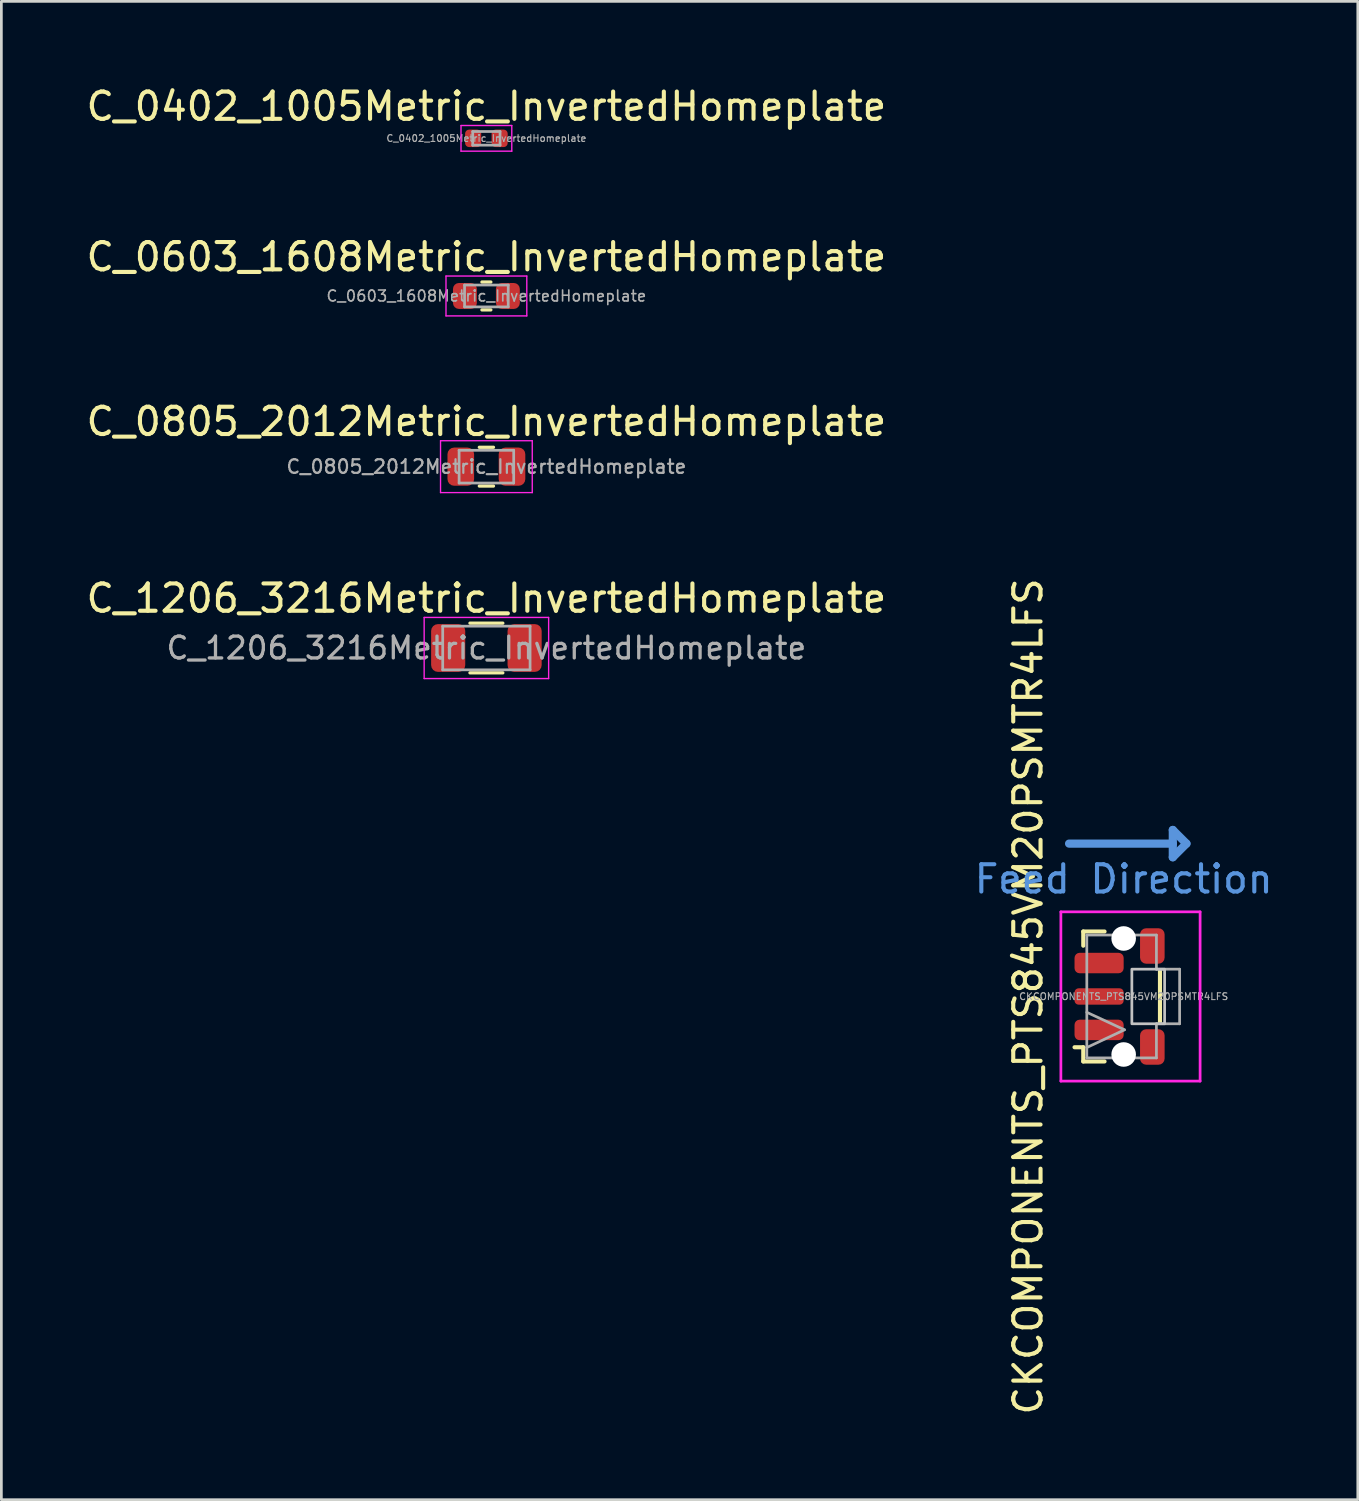
<source format=kicad_pcb>
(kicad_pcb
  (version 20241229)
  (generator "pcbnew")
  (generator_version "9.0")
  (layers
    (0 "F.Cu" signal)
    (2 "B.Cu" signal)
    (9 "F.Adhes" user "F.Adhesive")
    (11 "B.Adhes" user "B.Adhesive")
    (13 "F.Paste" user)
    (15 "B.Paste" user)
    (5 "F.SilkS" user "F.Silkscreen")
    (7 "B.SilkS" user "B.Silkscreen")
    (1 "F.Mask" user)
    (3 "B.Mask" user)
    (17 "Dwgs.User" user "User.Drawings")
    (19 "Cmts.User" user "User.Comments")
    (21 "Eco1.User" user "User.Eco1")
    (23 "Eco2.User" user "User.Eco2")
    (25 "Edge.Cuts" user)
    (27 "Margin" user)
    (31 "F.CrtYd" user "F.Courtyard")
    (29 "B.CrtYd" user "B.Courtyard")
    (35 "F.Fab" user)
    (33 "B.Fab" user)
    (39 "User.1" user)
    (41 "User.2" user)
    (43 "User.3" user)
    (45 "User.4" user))
  (footprint "C_0603_1608Metric_InvertedHomeplate"
    (layer "F.Cu")
    (at 14.768 7.792)
    (property "Reference" "C_0603_1608Metric_InvertedHomeplate" (at 0 -1.43 0) (layer "F.SilkS") (effects (font (size 1 1) (thickness 0.15))))
    (attr smd)
    (fp_line (start -0.163 -0.51) (end 0.163 -0.51) (stroke (width 0.12) (type solid)) (layer "F.SilkS"))
    (fp_line (start -0.163 0.51) (end 0.163 0.51) (stroke (width 0.12) (type solid)) (layer "F.SilkS"))
    (fp_line (start -1.48 -0.73) (end 1.48 -0.73) (stroke (width 0.05) (type solid)) (layer "F.CrtYd"))
    (fp_line (start -1.48 0.73) (end -1.48 -0.73) (stroke (width 0.05) (type solid)) (layer "F.CrtYd"))
    (fp_line (start 1.48 -0.73) (end 1.48 0.73) (stroke (width 0.05) (type solid)) (layer "F.CrtYd"))
    (fp_line (start 1.48 0.73) (end -1.48 0.73) (stroke (width 0.05) (type solid)) (layer "F.CrtYd"))
    (fp_line (start -0.8 -0.4) (end 0.8 -0.4) (stroke (width 0.1) (type solid)) (layer "F.Fab"))
    (fp_line (start -0.8 0.4) (end -0.8 -0.4) (stroke (width 0.1) (type solid)) (layer "F.Fab"))
    (fp_line (start 0.8 -0.4) (end 0.8 0.4) (stroke (width 0.1) (type solid)) (layer "F.Fab"))
    (fp_line (start 0.8 0.4) (end -0.8 0.4) (stroke (width 0.1) (type solid)) (layer "F.Fab"))
    (fp_text user "${REFERENCE}" (at 0 0 0) (layer "F.Fab") (effects (font (size 0.4 0.4) (thickness 0.06))))
    (pad "" smd custom (at -0.787 0) (size 0.1 0.1) (layers "F.Paste") (options (anchor rect)) (primitives (gr_poly (pts (xy 0.146 0) (xy 0.361 0.35) (xy 0.219 0.475) (xy -0.219 0.475) (xy -0.438 0.256) (xy -0.438 -0.256) (xy -0.219 -0.475) (xy 0.219 -0.475) (xy 0.361 -0.35)) (width 0) (fill yes)) (gr_arc (start 0.2188 -0.4109) (mid 0.264546 -0.403982) (end 0.3062 -0.383845) (width 0.1281)) (gr_arc (start 0.306144 0.383863) (mid 0.264517 0.403986) (end 0.2188 0.4109) (width 0.1281)) (gr_arc (start -0.3734 -0.2562) (mid -0.328089 -0.365589) (end -0.2187 -0.4109) (width 0.1281)) (gr_arc (start -0.2187 0.4109) (mid -0.328019 0.365619) (end -0.3733 0.2563) (width 0.1281))))
    (pad "" smd custom (at 0.787 0 180) (size 0.1 0.1) (layers "F.Paste") (options (anchor rect)) (primitives (gr_poly (pts (xy 0.146 0) (xy 0.361 0.35) (xy 0.219 0.475) (xy -0.219 0.475) (xy -0.438 0.256) (xy -0.438 -0.256) (xy -0.219 -0.475) (xy 0.219 -0.475) (xy 0.361 -0.35)) (width 0) (fill yes)) (gr_arc (start 0.2188 -0.4109) (mid 0.264546 -0.403982) (end 0.3062 -0.383845) (width 0.1281)) (gr_arc (start 0.306144 0.383863) (mid 0.264517 0.403986) (end 0.2188 0.4109) (width 0.1281)) (gr_arc (start -0.3734 -0.2562) (mid -0.328089 -0.365589) (end -0.2187 -0.4109) (width 0.1281)) (gr_arc (start -0.2187 0.4109) (mid -0.328019 0.365619) (end -0.3733 0.2563) (width 0.1281))))
    (pad "1" smd roundrect (at -0.787 0) (size 0.875 0.95) (layers "F.Cu" "F.Mask") (roundrect_rratio 0.25))
    (pad "2" smd roundrect (at 0.787 0) (size 0.875 0.95) (layers "F.Cu" "F.Mask") (roundrect_rratio 0.25)))
  (footprint "CKCOMPONENTS_PTS845VM20PSMTR4LFS"
    (layer "F.Cu")
    (at 38.113 33.454)
    (property "Reference" "CKCOMPONENTS_PTS845VM20PSMTR4LFS" (at -3.5 0 90) (layer "F.SilkS") (effects (font (size 1 1) (thickness 0.15))))
    (attr smd)
    (fp_line (start -1.48 -2.38) (end -1.48 -1.86) (stroke (width 0.15) (type solid)) (layer "F.SilkS"))
    (fp_line (start -1.48 1.86) (end -1.8 1.86) (stroke (width 0.15) (type solid)) (layer "F.SilkS"))
    (fp_line (start -1.48 2.38) (end -1.48 1.86) (stroke (width 0.15) (type solid)) (layer "F.SilkS"))
    (fp_line (start -0.7 -2.38) (end -1.48 -2.38) (stroke (width 0.15) (type solid)) (layer "F.SilkS"))
    (fp_line (start -0.7 2.38) (end -1.48 2.38) (stroke (width 0.15) (type solid)) (layer "F.SilkS"))
    (fp_line (start 1.33 0.95) (end 1.33 -0.95) (stroke (width 0.15) (type solid)) (layer "F.SilkS"))
    (fp_poly (pts (xy 1.5 -1) (xy 1.5 1) (xy 0.3 1) (xy 0.3 -1)) (stroke (width 0.1) (type solid)) (fill no) (layer "Dwgs.User"))
    (fp_line (start -2 -5.6) (end 1.8 -5.6) (stroke (width 0.3) (type solid)) (layer "Cmts.User"))
    (fp_line (start 1.8 -6.1) (end 1.8 -5.1) (stroke (width 0.3) (type solid)) (layer "Cmts.User"))
    (fp_line (start 2.3 -5.6) (end 1.8 -6.1) (stroke (width 0.3) (type solid)) (layer "Cmts.User"))
    (fp_line (start 2.3 -5.6) (end 1.8 -5.1) (stroke (width 0.3) (type solid)) (layer "Cmts.User"))
    (fp_line (start -2.3 -3.1) (end 2.8 -3.1) (stroke (width 0.1) (type solid)) (layer "F.CrtYd"))
    (fp_line (start -2.3 3.1) (end -2.3 -3.1) (stroke (width 0.1) (type solid)) (layer "F.CrtYd"))
    (fp_line (start 2.8 -3.1) (end 2.8 3.1) (stroke (width 0.1) (type solid)) (layer "F.CrtYd"))
    (fp_line (start 2.8 3.1) (end -2.3 3.1) (stroke (width 0.1) (type solid)) (layer "F.CrtYd"))
    (fp_line (start -1.35 -2.25) (end 1.2 -2.25) (stroke (width 0.1) (type solid)) (layer "F.Fab"))
    (fp_line (start -1.35 1.87) (end 0.03 1.22) (stroke (width 0.1) (type solid)) (layer "F.Fab"))
    (fp_line (start -1.35 2.25) (end -1.35 -2.25) (stroke (width 0.1) (type solid)) (layer "F.Fab"))
    (fp_line (start 0.03 1.22) (end -1.35 0.58) (stroke (width 0.1) (type solid)) (layer "F.Fab"))
    (fp_line (start 1.2 -1) (end 1.2 -2.25) (stroke (width 0.1) (type solid)) (layer "F.Fab"))
    (fp_line (start 1.2 -1) (end 2.05 -1) (stroke (width 0.1) (type solid)) (layer "F.Fab"))
    (fp_line (start 1.2 1) (end 2.05 1) (stroke (width 0.1) (type solid)) (layer "F.Fab"))
    (fp_line (start 1.2 2.25) (end -1.35 2.25) (stroke (width 0.1) (type solid)) (layer "F.Fab"))
    (fp_line (start 1.2 2.25) (end 1.2 1) (stroke (width 0.1) (type solid)) (layer "F.Fab"))
    (fp_line (start 2.05 1) (end 2.05 -1) (stroke (width 0.1) (type solid)) (layer "F.Fab"))
    (fp_text user "Feed Direction" (at 0 -4.3 0) (layer "Cmts.User") (effects (font (size 1 1) (thickness 0.15))))
    (fp_text user "${REFERENCE}" (at 0 0 0) (layer "F.Fab") (effects (font (size 0.25 0.25) (thickness 0.04))))
    (pad "" np_thru_hole circle (at 0 -2.125 90) (size 0.9 0.9) (drill 0.9) (layers "*.Cu" "*.Mask"))
    (pad "" np_thru_hole circle (at 0 2.125 90) (size 0.9 0.9) (drill 0.9) (layers "*.Cu" "*.Mask"))
    (pad "1" smd roundrect (at -0.9 1.225 90) (size 0.75 1.8) (layers "F.Cu" "F.Mask" "F.Paste") (roundrect_rratio 0.25))
    (pad "2" smd roundrect (at -0.9 0 90) (size 0.6 1.8) (layers "F.Cu" "F.Mask" "F.Paste") (roundrect_rratio 0.25))
    (pad "3" smd roundrect (at -0.9 -1.225 90) (size 0.75 1.8) (layers "F.Cu" "F.Mask" "F.Paste") (roundrect_rratio 0.25))
    (pad "MP" smd roundrect (at 1.05 -1.85 90) (size 1.3 0.9) (layers "F.Cu" "F.Mask" "F.Paste") (roundrect_rratio 0.25))
    (pad "MP" smd roundrect (at 1.05 1.85 90) (size 1.3 0.9) (layers "F.Cu" "F.Mask" "F.Paste") (roundrect_rratio 0.25)))
  (footprint "C_1206_3216Metric_InvertedHomeplate"
    (layer "F.Cu")
    (at 14.768 20.688)
    (property "Reference" "C_1206_3216Metric_InvertedHomeplate" (at 0 -1.82 0) (layer "F.SilkS") (effects (font (size 1 1) (thickness 0.15))))
    (attr smd)
    (fp_line (start -0.602 -0.91) (end 0.602 -0.91) (stroke (width 0.12) (type solid)) (layer "F.SilkS"))
    (fp_line (start -0.602 0.91) (end 0.602 0.91) (stroke (width 0.12) (type solid)) (layer "F.SilkS"))
    (fp_line (start -2.28 -1.12) (end 2.28 -1.12) (stroke (width 0.05) (type solid)) (layer "F.CrtYd"))
    (fp_line (start -2.28 1.12) (end -2.28 -1.12) (stroke (width 0.05) (type solid)) (layer "F.CrtYd"))
    (fp_line (start 2.28 -1.12) (end 2.28 1.12) (stroke (width 0.05) (type solid)) (layer "F.CrtYd"))
    (fp_line (start 2.28 1.12) (end -2.28 1.12) (stroke (width 0.05) (type solid)) (layer "F.CrtYd"))
    (fp_line (start -1.6 -0.8) (end 1.6 -0.8) (stroke (width 0.1) (type solid)) (layer "F.Fab"))
    (fp_line (start -1.6 0.8) (end -1.6 -0.8) (stroke (width 0.1) (type solid)) (layer "F.Fab"))
    (fp_line (start 1.6 -0.8) (end 1.6 0.8) (stroke (width 0.1) (type solid)) (layer "F.Fab"))
    (fp_line (start 1.6 0.8) (end -1.6 0.8) (stroke (width 0.1) (type solid)) (layer "F.Fab"))
    (fp_text user "${REFERENCE}" (at 0 0 0) (layer "F.Fab") (effects (font (size 0.8 0.8) (thickness 0.12))))
    (pad "" smd custom (at -1.4 0) (size 0.1 0.1) (layers "F.Paste") (options (anchor rect)) (primitives (gr_poly (pts (xy 0.208 0) (xy 0.555 0.729) (xy 0.375 0.875) (xy -0.375 0.875) (xy -0.625 0.625) (xy -0.625 -0.625) (xy -0.375 -0.875) (xy 0.375 -0.875) (xy 0.555 -0.729)) (width 0) (fill yes)) (gr_arc (start 0.375 -0.8018) (mid 0.435759 -0.791032) (end 0.489117 -0.760039) (width 0.1465)) (gr_arc (start 0.489117 0.760039) (mid 0.435759 0.791032) (end 0.375 0.8018) (width 0.1465)) (gr_arc (start -0.5518 -0.625) (mid -0.500016 -0.750016) (end -0.375 -0.8018) (width 0.1465)) (gr_arc (start -0.375 0.8018) (mid -0.500016 0.750016) (end -0.5518 0.625) (width 0.1465))))
    (pad "" smd custom (at 1.4 0 180) (size 0.1 0.1) (layers "F.Paste") (options (anchor rect)) (primitives (gr_poly (pts (xy 0.208 0) (xy 0.555 0.729) (xy 0.375 0.875) (xy -0.375 0.875) (xy -0.625 0.625) (xy -0.625 -0.625) (xy -0.375 -0.875) (xy 0.375 -0.875) (xy 0.555 -0.729)) (width 0) (fill yes)) (gr_arc (start 0.375 -0.8018) (mid 0.435759 -0.791032) (end 0.489117 -0.760039) (width 0.1465)) (gr_arc (start 0.489117 0.760039) (mid 0.435759 0.791032) (end 0.375 0.8018) (width 0.1465)) (gr_arc (start -0.5518 -0.625) (mid -0.500016 -0.750016) (end -0.375 -0.8018) (width 0.1465)) (gr_arc (start -0.375 0.8018) (mid -0.500016 0.750016) (end -0.5518 0.625) (width 0.1465))))
    (pad "1" smd roundrect (at -1.4 0) (size 1.25 1.75) (layers "F.Cu" "F.Mask") (roundrect_rratio 0.2))
    (pad "2" smd roundrect (at 1.4 0) (size 1.25 1.75) (layers "F.Cu" "F.Mask") (roundrect_rratio 0.2)))
  (footprint "C_0402_1005Metric_InvertedHomeplate"
    (layer "F.Cu")
    (at 14.768 2.018)
    (property "Reference" "C_0402_1005Metric_InvertedHomeplate" (at 0 -1.17 0) (layer "F.SilkS") (effects (font (size 1 1) (thickness 0.15))))
    (attr smd)
    (fp_line (start -0.93 -0.47) (end 0.93 -0.47) (stroke (width 0.05) (type solid)) (layer "F.CrtYd"))
    (fp_line (start -0.93 0.47) (end -0.93 -0.47) (stroke (width 0.05) (type solid)) (layer "F.CrtYd"))
    (fp_line (start 0.93 -0.47) (end 0.93 0.47) (stroke (width 0.05) (type solid)) (layer "F.CrtYd"))
    (fp_line (start 0.93 0.47) (end -0.93 0.47) (stroke (width 0.05) (type solid)) (layer "F.CrtYd"))
    (fp_line (start -0.5 -0.25) (end 0.5 -0.25) (stroke (width 0.1) (type solid)) (layer "F.Fab"))
    (fp_line (start -0.5 0.25) (end -0.5 -0.25) (stroke (width 0.1) (type solid)) (layer "F.Fab"))
    (fp_line (start 0.5 -0.25) (end 0.5 0.25) (stroke (width 0.1) (type solid)) (layer "F.Fab"))
    (fp_line (start 0.5 0.25) (end -0.5 0.25) (stroke (width 0.1) (type solid)) (layer "F.Fab"))
    (fp_text user "${REFERENCE}" (at 0 0 0) (layer "F.Fab") (effects (font (size 0.25 0.25) (thickness 0.04))))
    (pad "" smd custom (at -0.485 0) (size 0.1 0.1) (layers "F.Paste") (options (anchor rect)) (primitives (gr_poly (pts (xy 0.098 0) (xy 0.243 0.236) (xy 0.147 0.32) (xy -0.147 0.32) (xy -0.295 0.172) (xy -0.295 -0.172) (xy -0.147 -0.32) (xy 0.147 -0.32) (xy 0.243 -0.236)) (width 0) (fill yes)) (gr_arc (start 0.1475 -0.2768) (mid 0.178342 -0.272136) (end 0.206426 -0.258559) (width 0.0864)) (gr_arc (start 0.206426 0.258559) (mid 0.178342 0.272135) (end 0.1475 0.2768) (width 0.0864)) (gr_arc (start -0.2518 -0.1725) (mid -0.221251 -0.246251) (end -0.1475 -0.2768) (width 0.0864)) (gr_arc (start -0.1475 0.2768) (mid -0.221251 0.246251) (end -0.2518 0.1725) (width 0.0864))))
    (pad "" smd custom (at 0.485 0 180) (size 0.1 0.1) (layers "F.Paste") (options (anchor rect)) (primitives (gr_poly (pts (xy 0.098 0) (xy 0.243 0.236) (xy 0.147 0.32) (xy -0.147 0.32) (xy -0.295 0.172) (xy -0.295 -0.172) (xy -0.147 -0.32) (xy 0.147 -0.32) (xy 0.243 -0.236)) (width 0) (fill yes)) (gr_arc (start 0.1475 -0.2768) (mid 0.178342 -0.272136) (end 0.206426 -0.258559) (width 0.0864)) (gr_arc (start 0.206426 0.258559) (mid 0.178342 0.272135) (end 0.1475 0.2768) (width 0.0864)) (gr_arc (start -0.2518 -0.1725) (mid -0.221251 -0.246251) (end -0.1475 -0.2768) (width 0.0864)) (gr_arc (start -0.1475 0.2768) (mid -0.221251 0.246251) (end -0.2518 0.1725) (width 0.0864))))
    (pad "1" smd roundrect (at -0.485 0) (size 0.59 0.64) (layers "F.Cu" "F.Mask") (roundrect_rratio 0.25))
    (pad "2" smd roundrect (at 0.485 0) (size 0.59 0.64) (layers "F.Cu" "F.Mask") (roundrect_rratio 0.25)))
  (footprint "C_0805_2012Metric_InvertedHomeplate"
    (layer "F.Cu")
    (at 14.768 14.045)
    (property "Reference" "C_0805_2012Metric_InvertedHomeplate" (at 0 -1.65 0) (layer "F.SilkS") (effects (font (size 1 1) (thickness 0.15))))
    (attr smd)
    (fp_line (start -0.259 -0.71) (end 0.259 -0.71) (stroke (width 0.12) (type solid)) (layer "F.SilkS"))
    (fp_line (start -0.259 0.71) (end 0.259 0.71) (stroke (width 0.12) (type solid)) (layer "F.SilkS"))
    (fp_line (start -1.68 -0.95) (end 1.68 -0.95) (stroke (width 0.05) (type solid)) (layer "F.CrtYd"))
    (fp_line (start -1.68 0.95) (end -1.68 -0.95) (stroke (width 0.05) (type solid)) (layer "F.CrtYd"))
    (fp_line (start 1.68 -0.95) (end 1.68 0.95) (stroke (width 0.05) (type solid)) (layer "F.CrtYd"))
    (fp_line (start 1.68 0.95) (end -1.68 0.95) (stroke (width 0.05) (type solid)) (layer "F.CrtYd"))
    (fp_line (start -1 -0.6) (end 1 -0.6) (stroke (width 0.1) (type solid)) (layer "F.Fab"))
    (fp_line (start -1 0.6) (end -1 -0.6) (stroke (width 0.1) (type solid)) (layer "F.Fab"))
    (fp_line (start 1 -0.6) (end 1 0.6) (stroke (width 0.1) (type solid)) (layer "F.Fab"))
    (fp_line (start 1 0.6) (end -1 0.6) (stroke (width 0.1) (type solid)) (layer "F.Fab"))
    (fp_text user "${REFERENCE}" (at 0 0 0) (layer "F.Fab") (effects (font (size 0.5 0.5) (thickness 0.08))))
    (pad "" smd custom (at -0.938 0) (size 0.1 0.1) (layers "F.Paste") (options (anchor rect)) (primitives (gr_poly (pts (xy 0.163 0) (xy 0.421 0.557) (xy 0.244 0.7) (xy -0.244 0.7) (xy -0.487 0.456) (xy -0.487 -0.456) (xy -0.244 -0.7) (xy 0.244 -0.7) (xy 0.421 -0.557)) (width 0) (fill yes)) (gr_arc (start 0.2438 -0.6286) (mid 0.303753 -0.61784) (end 0.356222 -0.586902) (width 0.1428)) (gr_arc (start 0.356157 0.586927) (mid 0.303718 0.617847) (end 0.2438 0.6286) (width 0.1428)) (gr_arc (start -0.4161 -0.4562) (mid -0.365605 -0.578105) (end -0.2437 -0.6286) (width 0.1428)) (gr_arc (start -0.2437 0.6286) (mid -0.365534 0.578134) (end -0.416 0.4563) (width 0.1428))))
    (pad "" smd custom (at 0.938 0 180) (size 0.1 0.1) (layers "F.Paste") (options (anchor rect)) (primitives (gr_poly (pts (xy 0.163 0) (xy 0.421 0.557) (xy 0.244 0.7) (xy -0.244 0.7) (xy -0.487 0.456) (xy -0.487 -0.456) (xy -0.244 -0.7) (xy 0.244 -0.7) (xy 0.421 -0.557)) (width 0) (fill yes)) (gr_arc (start 0.2438 -0.6286) (mid 0.303753 -0.61784) (end 0.356222 -0.586902) (width 0.1428)) (gr_arc (start 0.356157 0.586927) (mid 0.303718 0.617847) (end 0.2438 0.6286) (width 0.1428)) (gr_arc (start -0.4161 -0.4562) (mid -0.365605 -0.578105) (end -0.2437 -0.6286) (width 0.1428)) (gr_arc (start -0.2437 0.6286) (mid -0.365534 0.578134) (end -0.416 0.4563) (width 0.1428))))
    (pad "1" smd roundrect (at -0.938 0) (size 0.975 1.4) (layers "F.Cu" "F.Mask") (roundrect_rratio 0.25))
    (pad "2" smd roundrect (at 0.938 0) (size 0.975 1.4) (layers "F.Cu" "F.Mask") (roundrect_rratio 0.25)))
  (gr_rect
    (start -3 -3)
    (end 46.69 51.889)
    (stroke (width 0.1) (type default))
    (fill no)
    (layer "Edge.Cuts")))
</source>
